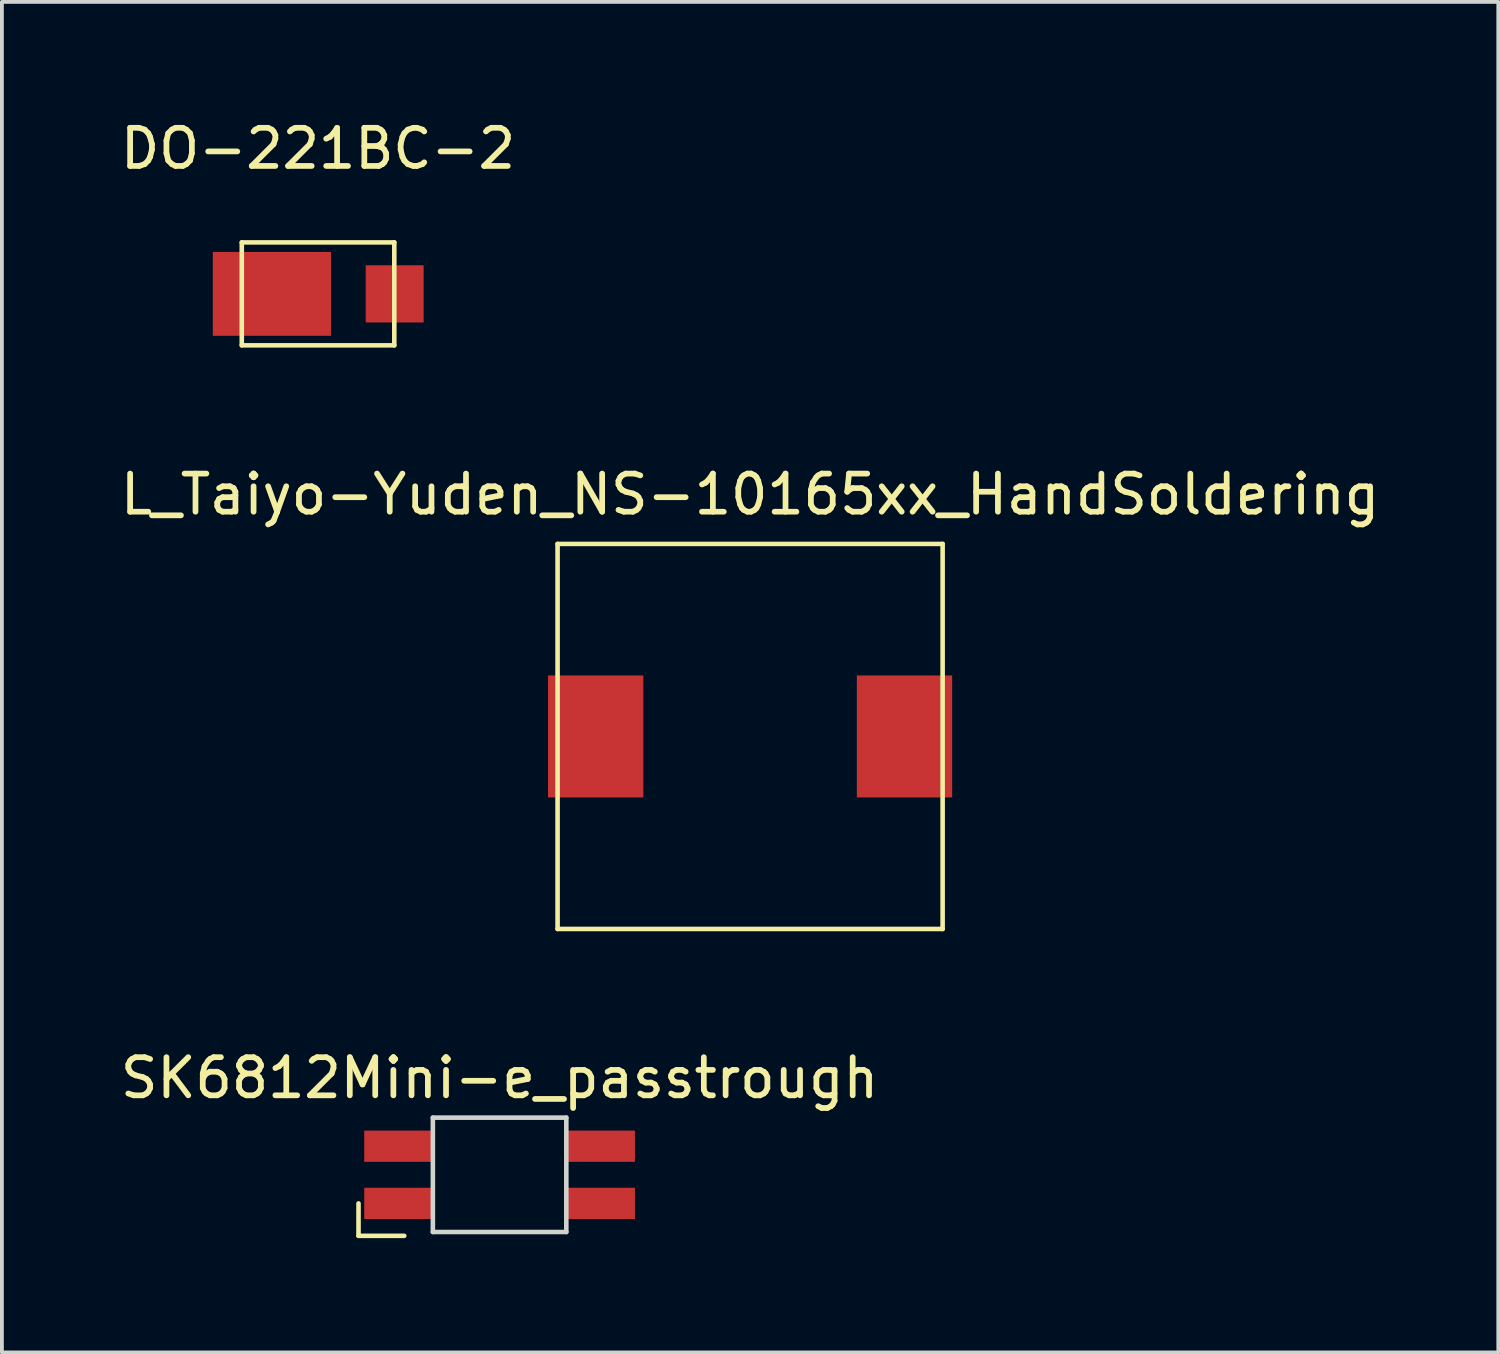
<source format=kicad_pcb>
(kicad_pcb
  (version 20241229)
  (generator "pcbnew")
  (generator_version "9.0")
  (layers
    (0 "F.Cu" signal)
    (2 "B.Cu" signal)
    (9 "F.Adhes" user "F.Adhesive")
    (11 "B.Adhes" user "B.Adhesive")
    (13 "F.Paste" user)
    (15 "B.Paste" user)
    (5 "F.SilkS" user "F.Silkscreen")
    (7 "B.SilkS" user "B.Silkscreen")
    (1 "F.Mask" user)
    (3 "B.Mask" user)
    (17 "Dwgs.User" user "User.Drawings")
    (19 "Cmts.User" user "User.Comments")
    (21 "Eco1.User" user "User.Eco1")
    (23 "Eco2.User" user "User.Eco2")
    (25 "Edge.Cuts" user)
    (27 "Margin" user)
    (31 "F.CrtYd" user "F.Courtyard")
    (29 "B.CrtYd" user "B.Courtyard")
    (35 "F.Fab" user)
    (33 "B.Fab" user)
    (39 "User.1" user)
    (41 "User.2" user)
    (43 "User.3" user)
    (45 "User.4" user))
  (footprint "L_Taiyo-Yuden_NS-10165xx_HandSoldering"
    (layer "F.Cu")
    (at 16.625 16.267)
    (property "Reference" "L_Taiyo-Yuden_NS-10165xx_HandSoldering" (at 0 -6.35 0) (layer "F.SilkS") (effects (font (size 1 1) (thickness 0.15))))
    (attr through_hole)
    (fp_line (start -5.05 -5.05) (end -5.05 5.05) (stroke (width 0.12) (type solid)) (layer "F.SilkS"))
    (fp_line (start -5.05 5.05) (end 5.05 5.05) (stroke (width 0.12) (type solid)) (layer "F.SilkS"))
    (fp_line (start 5.05 -5.05) (end -5.05 -5.05) (stroke (width 0.12) (type solid)) (layer "F.SilkS"))
    (fp_line (start 5.05 5.05) (end 5.05 -5.05) (stroke (width 0.12) (type solid)) (layer "F.SilkS"))
    (pad "1" smd rect (at -4.05 0) (size 2.5 3.2) (layers "F.Cu" "F.Mask" "F.Paste"))
    (pad "2" smd rect (at 4.05 0) (size 2.5 3.2) (layers "F.Cu" "F.Mask" "F.Paste")))
  (footprint "DO-221BC-2"
    (layer "F.Cu")
    (at 5.292 4.658)
    (property "Reference" "DO-221BC-2" (at 0 -3.81 0) (layer "F.SilkS") (effects (font (size 1 1) (thickness 0.15))))
    (attr through_hole)
    (fp_line (start -2 -1.35) (end -2 1.35) (stroke (width 0.12) (type solid)) (layer "F.SilkS"))
    (fp_line (start -2 1.35) (end 2 1.35) (stroke (width 0.12) (type solid)) (layer "F.SilkS"))
    (fp_line (start 2 -1.35) (end -2 -1.35) (stroke (width 0.12) (type solid)) (layer "F.SilkS"))
    (fp_line (start 2 1.35) (end 2 -1.35) (stroke (width 0.12) (type solid)) (layer "F.SilkS"))
    (pad "1" smd rect (at -1.21 0) (size 3.1 2.2) (layers "F.Cu" "F.Mask" "F.Paste"))
    (pad "2" smd rect (at 2.01 0) (size 1.52 1.5) (layers "F.Cu" "F.Mask" "F.Paste")))
  (footprint "SK6812Mini-e_passtrough"
    (layer "F.Cu")
    (at 10.054 27.765)
    (property "Reference" "SK6812Mini-e_passtrough" (at 0 -2.54 0) (layer "F.SilkS") (effects (font (size 1 1) (thickness 0.15))))
    (attr through_hole)
    (fp_line (start -3.7 1.6) (end -3.7 0.75) (stroke (width 0.12) (type solid)) (layer "F.SilkS"))
    (fp_line (start -2.5 1.6) (end -3.7 1.6) (stroke (width 0.12) (type solid)) (layer "F.SilkS"))
    (fp_line (start -1.75 -1.5) (end -1.75 1.5) (stroke (width 0.12) (type solid)) (layer "Edge.Cuts"))
    (fp_line (start -1.75 1.5) (end 1.75 1.5) (stroke (width 0.12) (type solid)) (layer "Edge.Cuts"))
    (fp_line (start 1.75 -1.5) (end -1.75 -1.5) (stroke (width 0.12) (type solid)) (layer "Edge.Cuts"))
    (fp_line (start 1.75 1.5) (end 1.75 -1.5) (stroke (width 0.12) (type solid)) (layer "Edge.Cuts"))
    (pad "1" smd rect (at 2.65 0.75) (size 1.8 0.82) (layers "F.Cu" "F.Mask"))
    (pad "2" smd rect (at -2.65 0.75) (size 1.8 0.82) (layers "F.Cu" "F.Mask"))
    (pad "3" smd rect (at -2.65 -0.75) (size 1.8 0.82) (layers "F.Cu" "F.Mask"))
    (pad "4" smd rect (at 2.65 -0.75) (size 1.8 0.82) (layers "F.Cu" "F.Mask")))
  (gr_rect
    (start -3 -3)
    (end 36.25 32.425)
    (stroke (width 0.1) (type default))
    (fill no)
    (layer "Edge.Cuts")))
</source>
